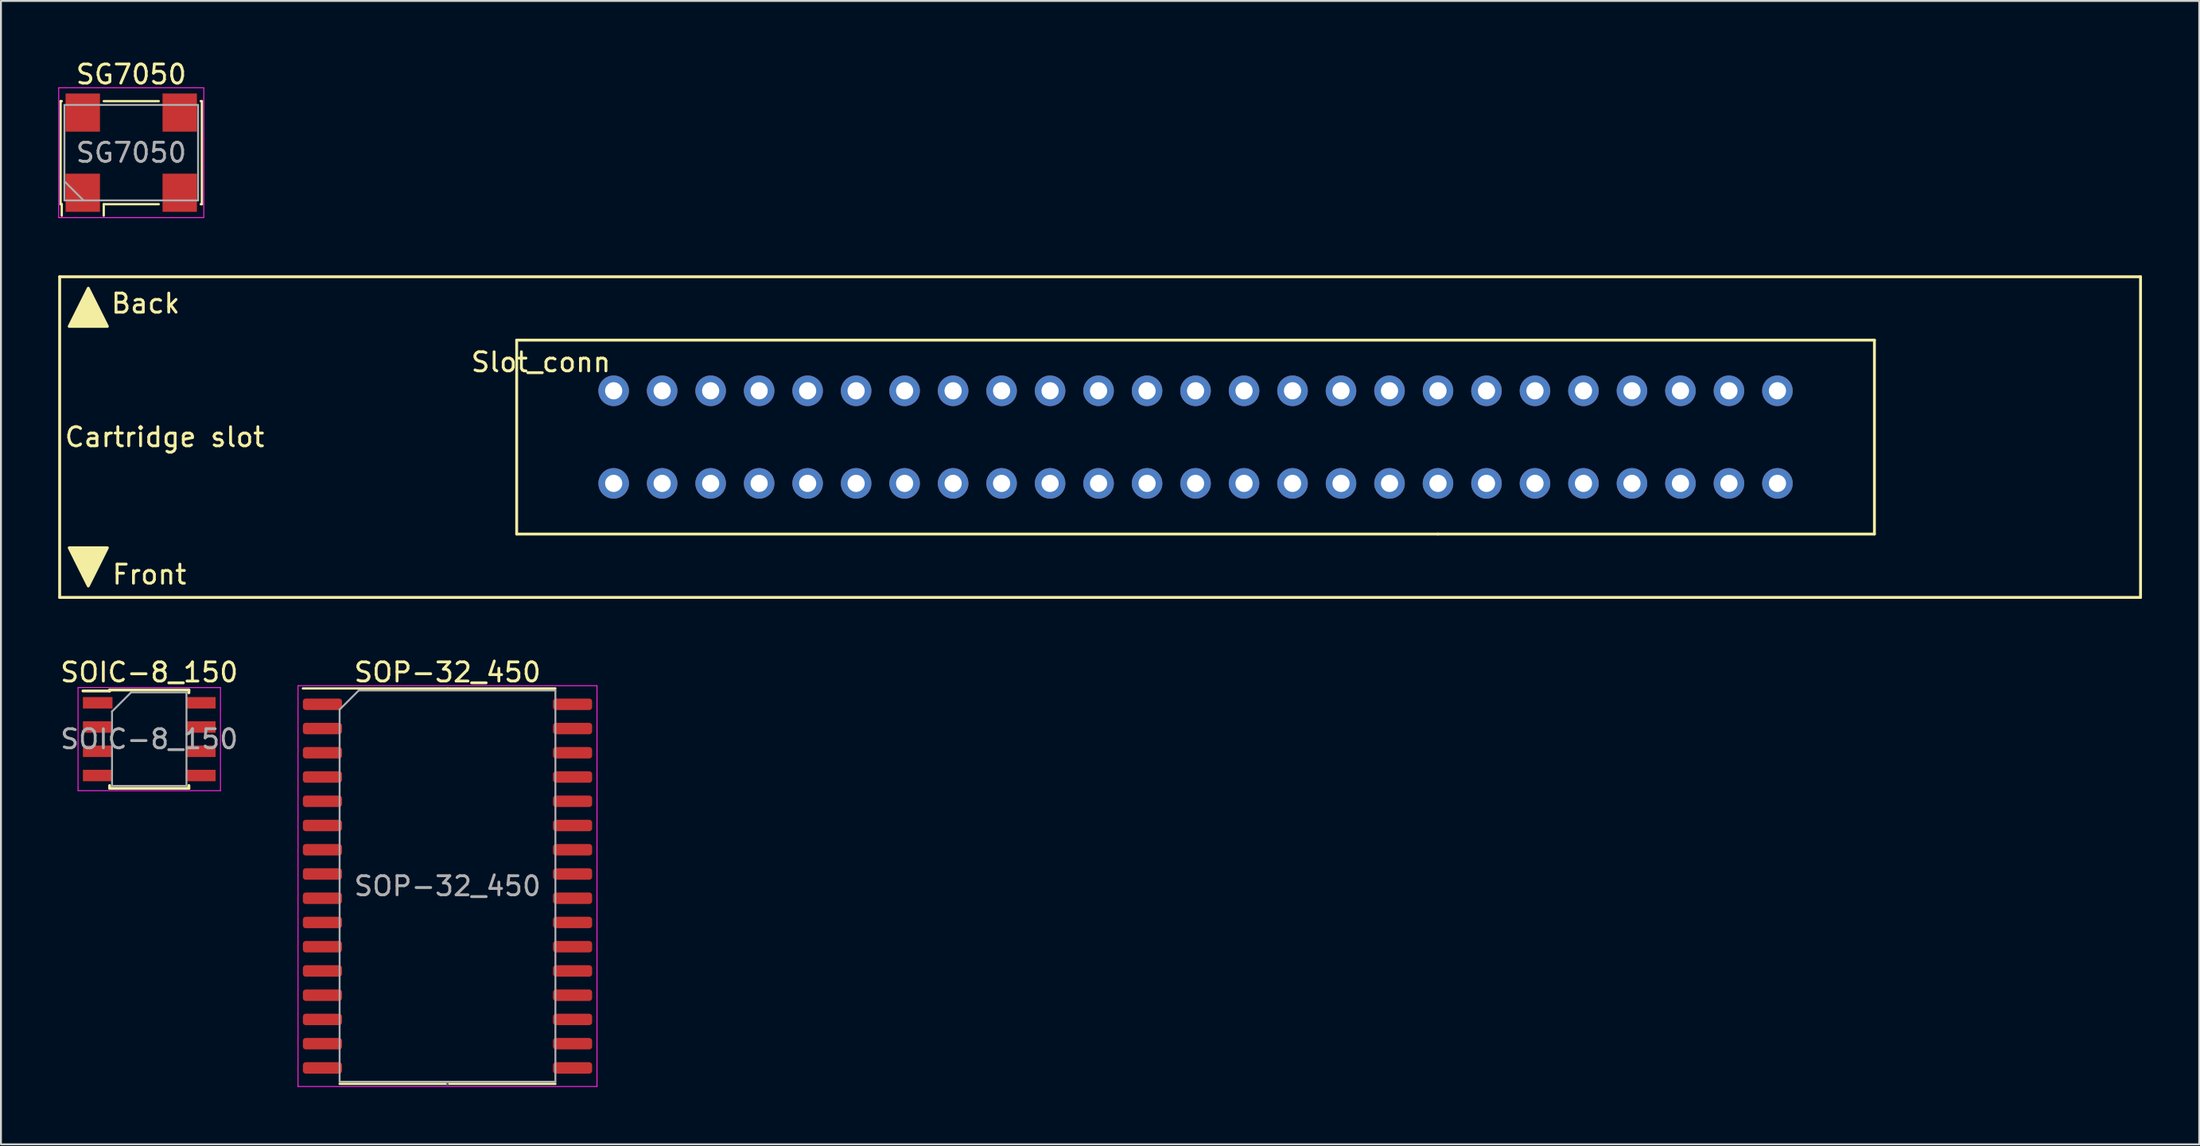
<source format=kicad_pcb>
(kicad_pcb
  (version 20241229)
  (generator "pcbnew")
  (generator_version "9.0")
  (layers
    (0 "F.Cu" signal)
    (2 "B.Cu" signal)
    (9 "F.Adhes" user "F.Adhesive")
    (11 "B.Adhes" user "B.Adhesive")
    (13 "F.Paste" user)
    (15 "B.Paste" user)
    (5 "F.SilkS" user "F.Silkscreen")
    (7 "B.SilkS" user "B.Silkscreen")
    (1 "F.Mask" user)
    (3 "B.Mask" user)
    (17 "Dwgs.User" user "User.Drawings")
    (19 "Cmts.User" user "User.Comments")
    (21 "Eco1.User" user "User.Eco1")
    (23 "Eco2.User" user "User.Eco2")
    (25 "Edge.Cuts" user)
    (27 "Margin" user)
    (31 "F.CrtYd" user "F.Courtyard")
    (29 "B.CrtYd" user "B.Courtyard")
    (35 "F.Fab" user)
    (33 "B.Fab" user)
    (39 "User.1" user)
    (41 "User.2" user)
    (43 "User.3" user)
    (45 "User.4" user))
  (footprint "SOP-32_450"
    (layer "F.Cu")
    (at 20.391 43.371)
    (property "Reference" "SOP-32_450" (at 0 -11.2 0) (layer "F.SilkS") (effects (font (size 1 1) (thickness 0.15))))
    (attr smd)
    (fp_line (start 0 -10.357) (end -7.575 -10.357) (stroke (width 0.12) (type solid)) (layer "F.SilkS"))
    (fp_line (start 0 -10.357) (end 5.652 -10.357) (stroke (width 0.12) (type solid)) (layer "F.SilkS"))
    (fp_line (start 0 10.357) (end -5.652 10.357) (stroke (width 0.12) (type solid)) (layer "F.SilkS"))
    (fp_line (start 0 10.357) (end 5.652 10.357) (stroke (width 0.12) (type solid)) (layer "F.SilkS"))
    (fp_line (start -7.83 -10.5) (end -7.83 10.5) (stroke (width 0.05) (type solid)) (layer "F.CrtYd"))
    (fp_line (start -7.83 10.5) (end 7.83 10.5) (stroke (width 0.05) (type solid)) (layer "F.CrtYd"))
    (fp_line (start 7.83 -10.5) (end -7.83 -10.5) (stroke (width 0.05) (type solid)) (layer "F.CrtYd"))
    (fp_line (start 7.83 10.5) (end 7.83 -10.5) (stroke (width 0.05) (type solid)) (layer "F.CrtYd"))
    (fp_line (start 0 10.357) (end 0 10.357) (stroke (width 0.12) (type solid)) (layer "B.Fab"))
    (fp_line (start -5.652 -9.248) (end -4.652 -10.248) (stroke (width 0.1) (type solid)) (layer "F.Fab"))
    (fp_line (start -5.652 10.248) (end -5.652 -9.248) (stroke (width 0.1) (type solid)) (layer "F.Fab"))
    (fp_line (start -4.652 -10.248) (end 5.652 -10.248) (stroke (width 0.1) (type solid)) (layer "F.Fab"))
    (fp_line (start 5.652 -10.248) (end 5.652 10.248) (stroke (width 0.1) (type solid)) (layer "F.Fab"))
    (fp_line (start 5.652 10.248) (end -5.652 10.248) (stroke (width 0.1) (type solid)) (layer "F.Fab"))
    (fp_text user "${REFERENCE}" (at 0 0 0) (layer "F.Fab") (effects (font (size 1 1) (thickness 0.15))))
    (pad "1" smd roundrect (at -6.55 -9.525) (size 2.05 0.6) (layers "F.Cu" "F.Mask" "F.Paste") (roundrect_rratio 0.25))
    (pad "2" smd roundrect (at -6.55 -8.255) (size 2.05 0.6) (layers "F.Cu" "F.Mask" "F.Paste") (roundrect_rratio 0.25))
    (pad "3" smd roundrect (at -6.55 -6.985) (size 2.05 0.6) (layers "F.Cu" "F.Mask" "F.Paste") (roundrect_rratio 0.25))
    (pad "4" smd roundrect (at -6.55 -5.715) (size 2.05 0.6) (layers "F.Cu" "F.Mask" "F.Paste") (roundrect_rratio 0.25))
    (pad "5" smd roundrect (at -6.55 -4.445) (size 2.05 0.6) (layers "F.Cu" "F.Mask" "F.Paste") (roundrect_rratio 0.25))
    (pad "6" smd roundrect (at -6.55 -3.175) (size 2.05 0.6) (layers "F.Cu" "F.Mask" "F.Paste") (roundrect_rratio 0.25))
    (pad "7" smd roundrect (at -6.55 -1.905) (size 2.05 0.6) (layers "F.Cu" "F.Mask" "F.Paste") (roundrect_rratio 0.25))
    (pad "8" smd roundrect (at -6.55 -0.635) (size 2.05 0.6) (layers "F.Cu" "F.Mask" "F.Paste") (roundrect_rratio 0.25))
    (pad "9" smd roundrect (at -6.55 0.635) (size 2.05 0.6) (layers "F.Cu" "F.Mask" "F.Paste") (roundrect_rratio 0.25))
    (pad "10" smd roundrect (at -6.55 1.905) (size 2.05 0.6) (layers "F.Cu" "F.Mask" "F.Paste") (roundrect_rratio 0.25))
    (pad "11" smd roundrect (at -6.55 3.175) (size 2.05 0.6) (layers "F.Cu" "F.Mask" "F.Paste") (roundrect_rratio 0.25))
    (pad "12" smd roundrect (at -6.55 4.445) (size 2.05 0.6) (layers "F.Cu" "F.Mask" "F.Paste") (roundrect_rratio 0.25))
    (pad "13" smd roundrect (at -6.55 5.715) (size 2.05 0.6) (layers "F.Cu" "F.Mask" "F.Paste") (roundrect_rratio 0.25))
    (pad "14" smd roundrect (at -6.55 6.985) (size 2.05 0.6) (layers "F.Cu" "F.Mask" "F.Paste") (roundrect_rratio 0.25))
    (pad "15" smd roundrect (at -6.55 8.255) (size 2.05 0.6) (layers "F.Cu" "F.Mask" "F.Paste") (roundrect_rratio 0.25))
    (pad "16" smd roundrect (at -6.55 9.525) (size 2.05 0.6) (layers "F.Cu" "F.Mask" "F.Paste") (roundrect_rratio 0.25))
    (pad "17" smd roundrect (at 6.55 9.525) (size 2.05 0.6) (layers "F.Cu" "F.Mask" "F.Paste") (roundrect_rratio 0.25))
    (pad "18" smd roundrect (at 6.55 8.255) (size 2.05 0.6) (layers "F.Cu" "F.Mask" "F.Paste") (roundrect_rratio 0.25))
    (pad "19" smd roundrect (at 6.55 6.985) (size 2.05 0.6) (layers "F.Cu" "F.Mask" "F.Paste") (roundrect_rratio 0.25))
    (pad "20" smd roundrect (at 6.55 5.715) (size 2.05 0.6) (layers "F.Cu" "F.Mask" "F.Paste") (roundrect_rratio 0.25))
    (pad "21" smd roundrect (at 6.55 4.445) (size 2.05 0.6) (layers "F.Cu" "F.Mask" "F.Paste") (roundrect_rratio 0.25))
    (pad "22" smd roundrect (at 6.55 3.175) (size 2.05 0.6) (layers "F.Cu" "F.Mask" "F.Paste") (roundrect_rratio 0.25))
    (pad "23" smd roundrect (at 6.55 1.905) (size 2.05 0.6) (layers "F.Cu" "F.Mask" "F.Paste") (roundrect_rratio 0.25))
    (pad "24" smd roundrect (at 6.55 0.635) (size 2.05 0.6) (layers "F.Cu" "F.Mask" "F.Paste") (roundrect_rratio 0.25))
    (pad "25" smd roundrect (at 6.55 -0.635) (size 2.05 0.6) (layers "F.Cu" "F.Mask" "F.Paste") (roundrect_rratio 0.25))
    (pad "26" smd roundrect (at 6.55 -1.905) (size 2.05 0.6) (layers "F.Cu" "F.Mask" "F.Paste") (roundrect_rratio 0.25))
    (pad "27" smd roundrect (at 6.55 -3.175) (size 2.05 0.6) (layers "F.Cu" "F.Mask" "F.Paste") (roundrect_rratio 0.25))
    (pad "28" smd roundrect (at 6.55 -4.445) (size 2.05 0.6) (layers "F.Cu" "F.Mask" "F.Paste") (roundrect_rratio 0.25))
    (pad "29" smd roundrect (at 6.55 -5.715) (size 2.05 0.6) (layers "F.Cu" "F.Mask" "F.Paste") (roundrect_rratio 0.25))
    (pad "30" smd roundrect (at 6.55 -6.985) (size 2.05 0.6) (layers "F.Cu" "F.Mask" "F.Paste") (roundrect_rratio 0.25))
    (pad "31" smd roundrect (at 6.55 -8.255) (size 2.05 0.6) (layers "F.Cu" "F.Mask" "F.Paste") (roundrect_rratio 0.25))
    (pad "32" smd roundrect (at 6.55 -9.525) (size 2.05 0.6) (layers "F.Cu" "F.Mask" "F.Paste") (roundrect_rratio 0.25)))
  (footprint "Slot_conn"
    (layer "F.Cu")
    (at 59.575 19.848)
    (property "Reference" "Slot_conn" (at -34.29 -3.925 0) (layer "F.SilkS") (effects (font (size 1 1) (thickness 0.15))))
    (attr through_hole)
    (fp_line (start -59.5 -8.4) (end -59.5 8.4) (stroke (width 0.15) (type solid)) (layer "F.SilkS"))
    (fp_line (start -59.5 -8.4) (end 49.5 -8.4) (stroke (width 0.15) (type solid)) (layer "F.SilkS"))
    (fp_line (start -35.56 -5.08) (end -35.56 5.08) (stroke (width 0.15) (type solid)) (layer "F.SilkS"))
    (fp_line (start -35.56 5.08) (end 12.7 5.08) (stroke (width 0.15) (type solid)) (layer "F.SilkS"))
    (fp_line (start 12.7 5.08) (end 35.56 5.08) (stroke (width 0.15) (type solid)) (layer "F.SilkS"))
    (fp_line (start 35.56 -5.08) (end -35.56 -5.08) (stroke (width 0.15) (type solid)) (layer "F.SilkS"))
    (fp_line (start 35.56 5.08) (end 35.56 -5.08) (stroke (width 0.15) (type solid)) (layer "F.SilkS"))
    (fp_line (start 49.5 8.4) (end -59.5 8.4) (stroke (width 0.15) (type solid)) (layer "F.SilkS"))
    (fp_line (start 49.5 8.4) (end 49.5 -8.4) (stroke (width 0.15) (type solid)) (layer "F.SilkS"))
    (fp_poly (pts (xy -59 -5.8) (xy -57 -5.8) (xy -58 -7.8)) (stroke (width 0.15) (type solid)) (fill yes) (layer "F.SilkS"))
    (fp_poly (pts (xy -57 5.8) (xy -59 5.8) (xy -58 7.8)) (stroke (width 0.15) (type solid)) (fill yes) (layer "F.SilkS"))
    (fp_text user "Front" (at -54.8 7.2 0) (layer "F.SilkS") (effects (font (size 1 1) (thickness 0.15))))
    (fp_text user "Cartridge slot" (at -54 0 0) (layer "F.SilkS") (effects (font (size 1 1) (thickness 0.15))))
    (fp_text user "Back" (at -55 -7 0) (layer "F.SilkS") (effects (font (size 1 1) (thickness 0.15))))
    (pad "1" thru_hole circle (at 30.48 -2.425 270) (size 1.6 1.6) (drill 0.9) (layers "*.Cu" "*.Mask"))
    (pad "2" thru_hole circle (at 30.48 2.425 270) (size 1.6 1.6) (drill 0.9) (layers "*.Cu" "*.Mask"))
    (pad "3" thru_hole circle (at 27.94 -2.425 270) (size 1.6 1.6) (drill 0.9) (layers "*.Cu" "*.Mask"))
    (pad "4" thru_hole circle (at 27.94 2.425 270) (size 1.6 1.6) (drill 0.9) (layers "*.Cu" "*.Mask"))
    (pad "5" thru_hole circle (at 25.4 -2.425 270) (size 1.6 1.6) (drill 0.9) (layers "*.Cu" "*.Mask"))
    (pad "6" thru_hole circle (at 25.4 2.425 270) (size 1.6 1.6) (drill 0.9) (layers "*.Cu" "*.Mask"))
    (pad "7" thru_hole circle (at 22.86 -2.425 270) (size 1.6 1.6) (drill 0.9) (layers "*.Cu" "*.Mask"))
    (pad "8" thru_hole circle (at 22.86 2.425 270) (size 1.6 1.6) (drill 0.9) (layers "*.Cu" "*.Mask"))
    (pad "9" thru_hole circle (at 20.32 -2.425 270) (size 1.6 1.6) (drill 0.9) (layers "*.Cu" "*.Mask"))
    (pad "10" thru_hole circle (at 20.32 2.425 270) (size 1.6 1.6) (drill 0.9) (layers "*.Cu" "*.Mask"))
    (pad "11" thru_hole circle (at 17.78 -2.425 270) (size 1.6 1.6) (drill 0.9) (layers "*.Cu" "*.Mask"))
    (pad "12" thru_hole circle (at 17.78 2.425 270) (size 1.6 1.6) (drill 0.9) (layers "*.Cu" "*.Mask"))
    (pad "13" thru_hole circle (at 15.24 -2.425 270) (size 1.6 1.6) (drill 0.9) (layers "*.Cu" "*.Mask"))
    (pad "14" thru_hole circle (at 15.24 2.425 270) (size 1.6 1.6) (drill 0.9) (layers "*.Cu" "*.Mask"))
    (pad "15" thru_hole circle (at 12.7 -2.425 270) (size 1.6 1.6) (drill 0.9) (layers "*.Cu" "*.Mask"))
    (pad "16" thru_hole circle (at 12.7 2.425 270) (size 1.6 1.6) (drill 0.9) (layers "*.Cu" "*.Mask"))
    (pad "17" thru_hole circle (at 10.16 -2.425 270) (size 1.6 1.6) (drill 0.9) (layers "*.Cu" "*.Mask"))
    (pad "18" thru_hole circle (at 10.16 2.425 270) (size 1.6 1.6) (drill 0.9) (layers "*.Cu" "*.Mask"))
    (pad "19" thru_hole circle (at 7.62 -2.425 270) (size 1.6 1.6) (drill 0.9) (layers "*.Cu" "*.Mask"))
    (pad "20" thru_hole circle (at 7.62 2.425 270) (size 1.6 1.6) (drill 0.9) (layers "*.Cu" "*.Mask"))
    (pad "21" thru_hole circle (at 5.08 -2.425 270) (size 1.6 1.6) (drill 0.9) (layers "*.Cu" "*.Mask"))
    (pad "22" thru_hole circle (at 5.08 2.425 270) (size 1.6 1.6) (drill 0.9) (layers "*.Cu" "*.Mask"))
    (pad "23" thru_hole circle (at 2.54 -2.425 270) (size 1.6 1.6) (drill 0.9) (layers "*.Cu" "*.Mask"))
    (pad "24" thru_hole circle (at 2.54 2.425 270) (size 1.6 1.6) (drill 0.9) (layers "*.Cu" "*.Mask"))
    (pad "25" thru_hole circle (at 0 -2.425 270) (size 1.6 1.6) (drill 0.9) (layers "*.Cu" "*.Mask"))
    (pad "26" thru_hole circle (at 0 2.425 270) (size 1.6 1.6) (drill 0.9) (layers "*.Cu" "*.Mask"))
    (pad "27" thru_hole circle (at -2.54 -2.425 270) (size 1.6 1.6) (drill 0.9) (layers "*.Cu" "*.Mask"))
    (pad "28" thru_hole circle (at -2.54 2.425 270) (size 1.6 1.6) (drill 0.9) (layers "*.Cu" "*.Mask"))
    (pad "29" thru_hole circle (at -5.08 -2.425 270) (size 1.6 1.6) (drill 0.9) (layers "*.Cu" "*.Mask"))
    (pad "30" thru_hole circle (at -5.08 2.425 270) (size 1.6 1.6) (drill 0.9) (layers "*.Cu" "*.Mask"))
    (pad "31" thru_hole circle (at -7.62 -2.425 270) (size 1.6 1.6) (drill 0.9) (layers "*.Cu" "*.Mask"))
    (pad "32" thru_hole circle (at -7.62 2.425 270) (size 1.6 1.6) (drill 0.9) (layers "*.Cu" "*.Mask"))
    (pad "33" thru_hole circle (at -10.16 -2.425 270) (size 1.6 1.6) (drill 0.9) (layers "*.Cu" "*.Mask"))
    (pad "34" thru_hole circle (at -10.16 2.425 270) (size 1.6 1.6) (drill 0.9) (layers "*.Cu" "*.Mask"))
    (pad "35" thru_hole circle (at -12.7 -2.425 270) (size 1.6 1.6) (drill 0.9) (layers "*.Cu" "*.Mask"))
    (pad "36" thru_hole circle (at -12.7 2.425 270) (size 1.6 1.6) (drill 0.9) (layers "*.Cu" "*.Mask"))
    (pad "37" thru_hole circle (at -15.24 -2.425 270) (size 1.6 1.6) (drill 0.9) (layers "*.Cu" "*.Mask"))
    (pad "38" thru_hole circle (at -15.24 2.425 270) (size 1.6 1.6) (drill 0.9) (layers "*.Cu" "*.Mask"))
    (pad "39" thru_hole circle (at -17.78 -2.425 270) (size 1.6 1.6) (drill 0.9) (layers "*.Cu" "*.Mask"))
    (pad "40" thru_hole circle (at -17.78 2.425 270) (size 1.6 1.6) (drill 0.9) (layers "*.Cu" "*.Mask"))
    (pad "41" thru_hole circle (at -20.32 -2.425 270) (size 1.6 1.6) (drill 0.9) (layers "*.Cu" "*.Mask"))
    (pad "42" thru_hole circle (at -20.32 2.425 270) (size 1.6 1.6) (drill 0.9) (layers "*.Cu" "*.Mask"))
    (pad "43" thru_hole circle (at -22.86 -2.425 270) (size 1.6 1.6) (drill 0.9) (layers "*.Cu" "*.Mask"))
    (pad "44" thru_hole circle (at -22.86 2.425 270) (size 1.6 1.6) (drill 0.9) (layers "*.Cu" "*.Mask"))
    (pad "45" thru_hole circle (at -25.4 -2.425 270) (size 1.6 1.6) (drill 0.9) (layers "*.Cu" "*.Mask"))
    (pad "46" thru_hole circle (at -25.4 2.425 270) (size 1.6 1.6) (drill 0.9) (layers "*.Cu" "*.Mask"))
    (pad "47" thru_hole circle (at -27.94 -2.425 270) (size 1.6 1.6) (drill 0.9) (layers "*.Cu" "*.Mask"))
    (pad "48" thru_hole circle (at -27.94 2.425 270) (size 1.6 1.6) (drill 0.9) (layers "*.Cu" "*.Mask"))
    (pad "49" thru_hole circle (at -30.48 -2.425 270) (size 1.6 1.6) (drill 0.9) (layers "*.Cu" "*.Mask"))
    (pad "50" thru_hole circle (at -30.48 2.425 270) (size 1.6 1.6) (drill 0.9) (layers "*.Cu" "*.Mask")))
  (footprint "SOIC-8_150"
    (layer "F.Cu")
    (at 4.768 35.672)
    (property "Reference" "SOIC-8_150" (at 0 -3.5 0) (layer "F.SilkS") (effects (font (size 1 1) (thickness 0.15))))
    (attr smd)
    (fp_line (start -2.075 -2.575) (end -2.075 -2.525) (stroke (width 0.15) (type solid)) (layer "F.SilkS"))
    (fp_line (start -2.075 -2.575) (end 2.075 -2.575) (stroke (width 0.15) (type solid)) (layer "F.SilkS"))
    (fp_line (start -2.075 -2.525) (end -3.475 -2.525) (stroke (width 0.15) (type solid)) (layer "F.SilkS"))
    (fp_line (start -2.075 2.575) (end -2.075 2.43) (stroke (width 0.15) (type solid)) (layer "F.SilkS"))
    (fp_line (start -2.075 2.575) (end 2.075 2.575) (stroke (width 0.15) (type solid)) (layer "F.SilkS"))
    (fp_line (start 2.075 -2.575) (end 2.075 -2.43) (stroke (width 0.15) (type solid)) (layer "F.SilkS"))
    (fp_line (start 2.075 2.575) (end 2.075 2.43) (stroke (width 0.15) (type solid)) (layer "F.SilkS"))
    (fp_line (start -3.73 -2.7) (end -3.73 2.7) (stroke (width 0.05) (type solid)) (layer "F.CrtYd"))
    (fp_line (start -3.73 -2.7) (end 3.73 -2.7) (stroke (width 0.05) (type solid)) (layer "F.CrtYd"))
    (fp_line (start -3.73 2.7) (end 3.73 2.7) (stroke (width 0.05) (type solid)) (layer "F.CrtYd"))
    (fp_line (start 3.73 -2.7) (end 3.73 2.7) (stroke (width 0.05) (type solid)) (layer "F.CrtYd"))
    (fp_line (start -1.95 -1.45) (end -0.95 -2.45) (stroke (width 0.1) (type solid)) (layer "F.Fab"))
    (fp_line (start -1.95 2.45) (end -1.95 -1.45) (stroke (width 0.1) (type solid)) (layer "F.Fab"))
    (fp_line (start -0.95 -2.45) (end 1.95 -2.45) (stroke (width 0.1) (type solid)) (layer "F.Fab"))
    (fp_line (start 1.95 -2.45) (end 1.95 2.45) (stroke (width 0.1) (type solid)) (layer "F.Fab"))
    (fp_line (start 1.95 2.45) (end -1.95 2.45) (stroke (width 0.1) (type solid)) (layer "F.Fab"))
    (fp_text user "${REFERENCE}" (at 0 0 0) (layer "F.Fab") (effects (font (size 1 1) (thickness 0.15))))
    (pad "1" smd rect (at -2.7 -1.905) (size 1.55 0.6) (layers "F.Cu" "F.Mask" "F.Paste"))
    (pad "2" smd rect (at -2.7 -0.635) (size 1.55 0.6) (layers "F.Cu" "F.Mask" "F.Paste"))
    (pad "3" smd rect (at -2.7 0.635) (size 1.55 0.6) (layers "F.Cu" "F.Mask" "F.Paste"))
    (pad "4" smd rect (at -2.7 1.905) (size 1.55 0.6) (layers "F.Cu" "F.Mask" "F.Paste"))
    (pad "5" smd rect (at 2.7 1.905) (size 1.55 0.6) (layers "F.Cu" "F.Mask" "F.Paste"))
    (pad "6" smd rect (at 2.7 0.635) (size 1.55 0.6) (layers "F.Cu" "F.Mask" "F.Paste"))
    (pad "7" smd rect (at 2.7 -0.635) (size 1.55 0.6) (layers "F.Cu" "F.Mask" "F.Paste"))
    (pad "8" smd rect (at 2.7 -1.905) (size 1.55 0.6) (layers "F.Cu" "F.Mask" "F.Paste")))
  (footprint "SG7050"
    (layer "F.Cu")
    (at 3.825 4.948)
    (property "Reference" "SG7050" (at 0 -4.1 0) (layer "F.SilkS") (effects (font (size 1 1) (thickness 0.15))))
    (attr smd)
    (fp_line (start -3.7 -2.7) (end -3.64 -2.7) (stroke (width 0.12) (type solid)) (layer "F.SilkS"))
    (fp_line (start -3.7 2.7) (end -3.7 -2.7) (stroke (width 0.12) (type solid)) (layer "F.SilkS"))
    (fp_line (start -3.64 2.7) (end -3.7 2.7) (stroke (width 0.12) (type solid)) (layer "F.SilkS"))
    (fp_line (start -3.64 3.3) (end -3.64 2.7) (stroke (width 0.12) (type solid)) (layer "F.SilkS"))
    (fp_line (start -1.44 -2.7) (end 1.44 -2.7) (stroke (width 0.12) (type solid)) (layer "F.SilkS"))
    (fp_line (start -1.44 2.7) (end -1.44 3.3) (stroke (width 0.12) (type solid)) (layer "F.SilkS"))
    (fp_line (start 1.44 2.7) (end -1.44 2.7) (stroke (width 0.12) (type solid)) (layer "F.SilkS"))
    (fp_line (start 3.64 -2.7) (end 3.7 -2.7) (stroke (width 0.12) (type solid)) (layer "F.SilkS"))
    (fp_line (start 3.7 -2.7) (end 3.7 2.7) (stroke (width 0.12) (type solid)) (layer "F.SilkS"))
    (fp_line (start 3.7 2.7) (end 3.64 2.7) (stroke (width 0.12) (type solid)) (layer "F.SilkS"))
    (fp_line (start -3.8 -3.4) (end -3.8 3.4) (stroke (width 0.05) (type solid)) (layer "F.CrtYd"))
    (fp_line (start -3.8 3.4) (end 3.8 3.4) (stroke (width 0.05) (type solid)) (layer "F.CrtYd"))
    (fp_line (start 3.8 -3.4) (end -3.8 -3.4) (stroke (width 0.05) (type solid)) (layer "F.CrtYd"))
    (fp_line (start 3.8 3.4) (end 3.8 -3.4) (stroke (width 0.05) (type solid)) (layer "F.CrtYd"))
    (fp_line (start -3.5 -2.5) (end -3.5 2.5) (stroke (width 0.1) (type solid)) (layer "F.Fab"))
    (fp_line (start -3.5 1.5) (end -2.5 2.5) (stroke (width 0.1) (type solid)) (layer "F.Fab"))
    (fp_line (start -3.5 2.5) (end 3.5 2.5) (stroke (width 0.1) (type solid)) (layer "F.Fab"))
    (fp_line (start 3.5 -2.5) (end -3.5 -2.5) (stroke (width 0.1) (type solid)) (layer "F.Fab"))
    (fp_line (start 3.5 2.5) (end 3.5 -2.5) (stroke (width 0.1) (type solid)) (layer "F.Fab"))
    (fp_text user "${REFERENCE}" (at 0 0 0) (layer "F.Fab") (effects (font (size 1 1) (thickness 0.15))))
    (pad "1" smd rect (at -2.54 2.1) (size 1.8 2) (layers "F.Cu" "F.Mask" "F.Paste"))
    (pad "2" smd rect (at 2.54 2.1) (size 1.8 2) (layers "F.Cu" "F.Mask" "F.Paste"))
    (pad "3" smd rect (at 2.54 -2.1) (size 1.8 2) (layers "F.Cu" "F.Mask" "F.Paste"))
    (pad "4" smd rect (at -2.54 -2.1) (size 1.8 2) (layers "F.Cu" "F.Mask" "F.Paste")))
  (gr_rect
    (start -3 -3)
    (end 112.15 56.897)
    (stroke (width 0.1) (type default))
    (fill no)
    (layer "Edge.Cuts")))
</source>
